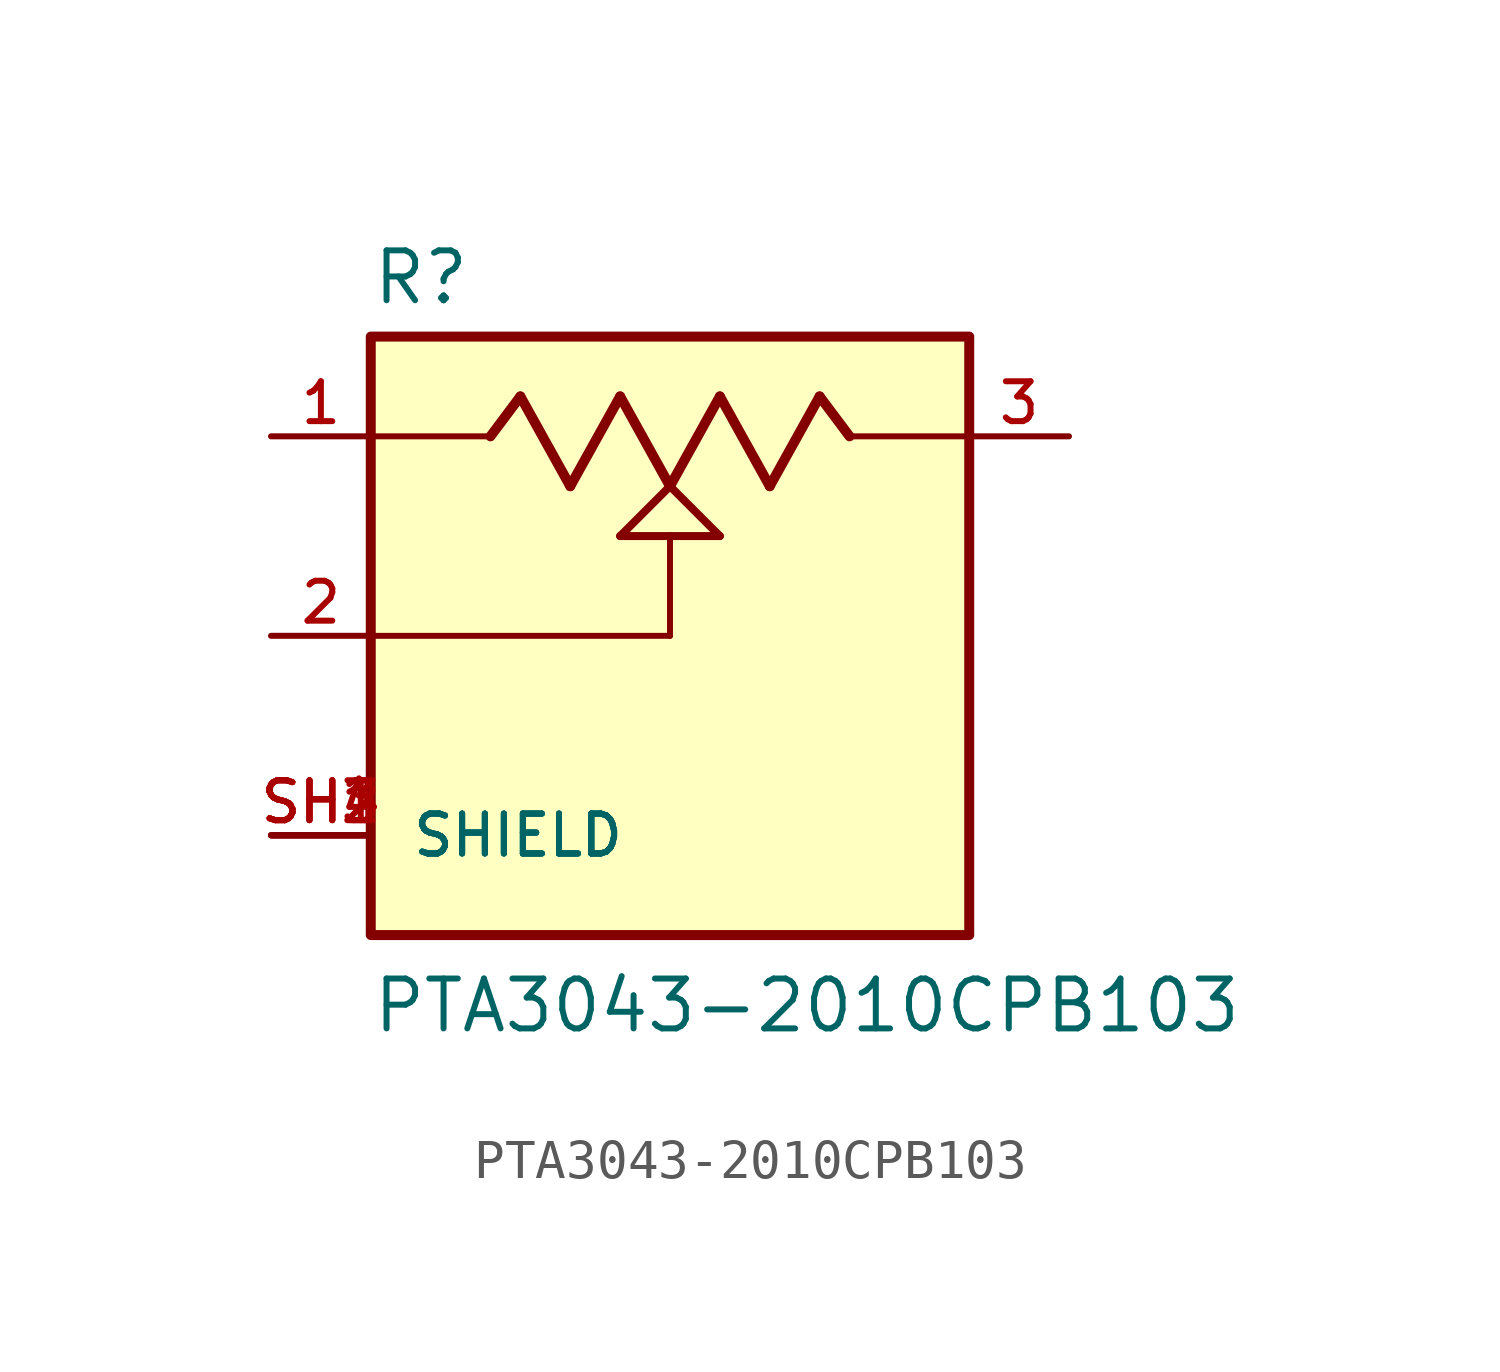
<source format=kicad_sym>
(kicad_symbol_lib
  (version 20211014)
  (generator kicad_symbol_editor)
  (symbol "PTA3043-2010CPB103"
    (pin_names
      (offset 1.016))
    (property "Reference" "R"
      (at -7.62 8.382 0)
      (effects (font (size 1.27 1.27)) (justify bottom left)))
    (property "Value" "PTA3043-2010CPB103"
      (at -7.62 -10.16 0)
      (effects (font (size 1.27 1.27)) (justify bottom left)))
    (symbol "PTA3043-2010CPB103_0_0"
      (polyline (pts (xy -7.62 5.08) (xy -4.572 5.08)) (stroke (width 0.152)))
      (polyline (pts (xy -4.572 5.08) (xy -3.81 6.096)) (stroke (width 0.254)))
      (polyline (pts (xy -3.81 6.096) (xy -2.54 3.81)) (stroke (width 0.254)))
      (polyline (pts (xy -2.54 3.81) (xy -1.27 6.096)) (stroke (width 0.254)))
      (polyline (pts (xy -1.27 6.096) (xy 0.0 3.81)) (stroke (width 0.254)))
      (polyline (pts (xy 0.0 3.81) (xy 1.27 6.096)) (stroke (width 0.254)))
      (polyline (pts (xy 1.27 6.096) (xy 2.54 3.81)) (stroke (width 0.254)))
      (polyline (pts (xy 2.54 3.81) (xy 3.81 6.096)) (stroke (width 0.254)))
      (polyline (pts (xy 3.81 6.096) (xy 4.572 5.08)) (stroke (width 0.254)))
      (polyline (pts (xy 4.572 5.08) (xy 7.62 5.08)) (stroke (width 0.152)))
      (polyline (pts (xy 0.0 3.81) (xy 1.27 2.54)) (stroke (width 0.203)))
      (polyline (pts (xy -1.27 2.54) (xy 0.0 3.81)) (stroke (width 0.203)))
      (polyline (pts (xy 1.27 2.54) (xy 0.0 2.54)) (stroke (width 0.203)))
      (polyline (pts (xy 0.0 2.54) (xy -1.27 2.54)) (stroke (width 0.203)))
      (polyline (pts (xy 0.0 2.54) (xy 0.0 0.0)) (stroke (width 0.152)))
      (polyline (pts (xy 0.0 0.0) (xy -7.62 0.0)) (stroke (width 0.152)))
      (rectangle (start -7.62 -7.62) (end 7.62 7.62) (stroke (width 0.254)) (fill (type background)))
      (pin passive line (at -10.16 5.08 0) (length 2.54) (name "~" (effects (font (size 1.016 1.016)))) (number "1" (effects (font (size 1.016 1.016)))))
      (pin passive line (at -10.16 0.0 0) (length 2.54) (name "~" (effects (font (size 1.016 1.016)))) (number "2" (effects (font (size 1.016 1.016)))))
      (pin passive line (at 10.16 5.08 180.0) (length 2.54) (name "~" (effects (font (size 1.016 1.016)))) (number "3" (effects (font (size 1.016 1.016)))))
      (pin passive line (at -10.16 -5.08 0) (length 2.54) (name "SHIELD" (effects (font (size 1.016 1.016)))) (number "SH1" (effects (font (size 1.016 1.016)))))
      (pin passive line (at -10.16 -5.08 0) (length 2.54) (name "SHIELD" (effects (font (size 1.016 1.016)))) (number "SH2" (effects (font (size 1.016 1.016)))))
      (pin passive line (at -10.16 -5.08 0) (length 2.54) (name "SHIELD" (effects (font (size 1.016 1.016)))) (number "SH3" (effects (font (size 1.016 1.016)))))
      (pin passive line (at -10.16 -5.08 0) (length 2.54) (name "SHIELD" (effects (font (size 1.016 1.016)))) (number "SH4" (effects (font (size 1.016 1.016))))))))
</source>
